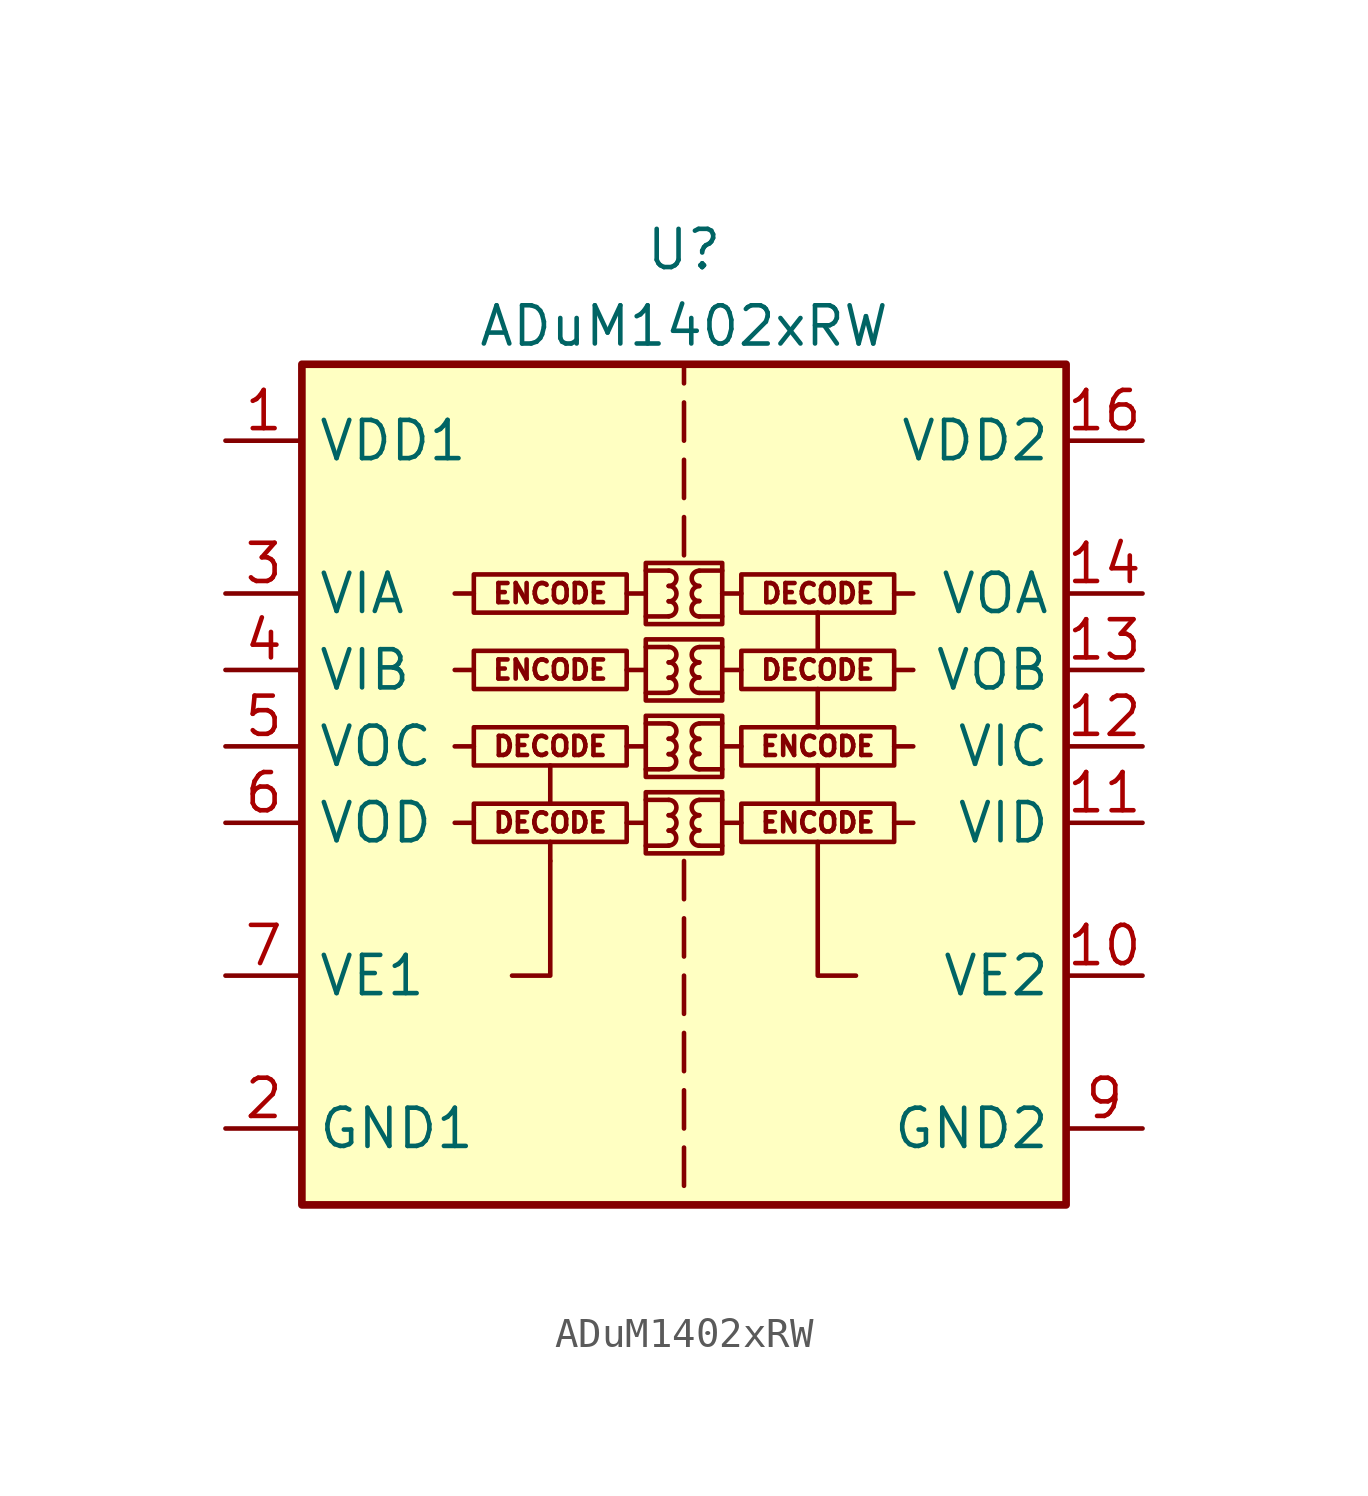
<source format=kicad_sym>
(kicad_symbol_lib
  (version 20201005)
  (generator kicad_symbol_editor)
  (symbol "ADuM1402xRW"
    (property "Reference" "U"
      (at 0 19.05 0)
      (effects (font (size 1.27 1.27))))
    (property "Value" "ADuM1402xRW"
      (at 0 16.51 0)
      (effects (font (size 1.27 1.27))))
    (symbol "ADuM1402xRW_0_0"
      (arc (start -0.508 -0.762) (end -0.508 -0.254) (radius (at -0.508 -0.508) (length 0.254) (angles -89.9 89.9)) (stroke (width 0)) (fill (type none)))
      (arc (start -0.508 -0.254) (end -0.508 0.254) (radius (at -0.508 0) (length 0.254) (angles -89.9 89.9)) (stroke (width 0)) (fill (type none)))
      (arc (start -0.508 0.254) (end -0.508 0.762) (radius (at -0.508 0.508) (length 0.254) (angles -89.9 89.9)) (stroke (width 0)) (fill (type none)))
      (arc (start -0.508 1.778) (end -0.508 2.286) (radius (at -0.508 2.032) (length 0.254) (angles -89.9 89.9)) (stroke (width 0)) (fill (type none)))
      (arc (start -0.508 2.286) (end -0.508 2.794) (radius (at -0.508 2.54) (length 0.254) (angles -89.9 89.9)) (stroke (width 0)) (fill (type none)))
      (arc (start -0.508 2.794) (end -0.508 3.302) (radius (at -0.508 3.048) (length 0.254) (angles -89.9 89.9)) (stroke (width 0)) (fill (type none)))
      (arc (start -0.508 4.318) (end -0.508 4.826) (radius (at -0.508 4.572) (length 0.254) (angles -89.9 89.9)) (stroke (width 0)) (fill (type none)))
      (arc (start -0.508 4.826) (end -0.508 5.334) (radius (at -0.508 5.08) (length 0.254) (angles -89.9 89.9)) (stroke (width 0)) (fill (type none)))
      (arc (start -0.508 5.334) (end -0.508 5.842) (radius (at -0.508 5.588) (length 0.254) (angles -89.9 89.9)) (stroke (width 0)) (fill (type none)))
      (arc (start -0.508 6.858) (end -0.508 7.366) (radius (at -0.508 7.112) (length 0.254) (angles -89.9 89.9)) (stroke (width 0)) (fill (type none)))
      (arc (start -0.508 7.366) (end -0.508 7.874) (radius (at -0.508 7.62) (length 0.254) (angles -89.9 89.9)) (stroke (width 0)) (fill (type none)))
      (arc (start -0.508 7.874) (end -0.508 8.382) (radius (at -0.508 8.128) (length 0.254) (angles -89.9 89.9)) (stroke (width 0)) (fill (type none)))
      (arc (start 0.508 -0.254) (end 0.508 -0.762) (radius (at 0.508 -0.508) (length 0.254) (angles 90.1 -90.1)) (stroke (width 0)) (fill (type none)))
      (arc (start 0.508 0.254) (end 0.508 -0.254) (radius (at 0.508 0) (length 0.254) (angles 90.1 -90.1)) (stroke (width 0)) (fill (type none)))
      (arc (start 0.508 0.762) (end 0.508 0.254) (radius (at 0.508 0.508) (length 0.254) (angles 90.1 -90.1)) (stroke (width 0)) (fill (type none)))
      (arc (start 0.508 2.286) (end 0.508 1.778) (radius (at 0.508 2.032) (length 0.254) (angles 90.1 -90.1)) (stroke (width 0)) (fill (type none)))
      (arc (start 0.508 2.794) (end 0.508 2.286) (radius (at 0.508 2.54) (length 0.254) (angles 90.1 -90.1)) (stroke (width 0)) (fill (type none)))
      (arc (start 0.508 3.302) (end 0.508 2.794) (radius (at 0.508 3.048) (length 0.254) (angles 90.1 -90.1)) (stroke (width 0)) (fill (type none)))
      (arc (start 0.508 4.826) (end 0.508 4.318) (radius (at 0.508 4.572) (length 0.254) (angles 90.1 -90.1)) (stroke (width 0)) (fill (type none)))
      (arc (start 0.508 5.334) (end 0.508 4.826) (radius (at 0.508 5.08) (length 0.254) (angles 90.1 -90.1)) (stroke (width 0)) (fill (type none)))
      (arc (start 0.508 5.842) (end 0.508 5.334) (radius (at 0.508 5.588) (length 0.254) (angles 90.1 -90.1)) (stroke (width 0)) (fill (type none)))
      (arc (start 0.508 7.366) (end 0.508 6.858) (radius (at 0.508 7.112) (length 0.254) (angles 90.1 -90.1)) (stroke (width 0)) (fill (type none)))
      (arc (start 0.508 7.874) (end 0.508 7.366) (radius (at 0.508 7.62) (length 0.254) (angles 90.1 -90.1)) (stroke (width 0)) (fill (type none)))
      (arc (start 0.508 8.382) (end 0.508 7.874) (radius (at 0.508 8.128) (length 0.254) (angles 90.1 -90.1)) (stroke (width 0)) (fill (type none)))
      (text "DECODE" (at -4.445 0 0) (effects (font (size 0.635 0.635))))
      (text "DECODE" (at -4.445 2.54 0) (effects (font (size 0.635 0.635))))
      (text "DECODE" (at 4.445 5.08 0) (effects (font (size 0.635 0.635))))
      (text "DECODE" (at 4.445 7.62 0) (effects (font (size 0.635 0.635))))
      (text "ENCODE" (at -4.445 5.08 0) (effects (font (size 0.635 0.635))))
      (text "ENCODE" (at -4.445 7.62 0) (effects (font (size 0.635 0.635))))
      (text "ENCODE" (at 4.445 0 0) (effects (font (size 0.635 0.635))))
      (text "ENCODE" (at 4.445 2.54 0) (effects (font (size 0.635 0.635))))
      (rectangle (start -1.905 0.635) (end -6.985 -0.635) (stroke (width 0)) (fill (type none)))
      (rectangle (start -1.27 1.016) (end 1.27 -1.016) (stroke (width 0)) (fill (type none)))
      (rectangle (start -1.27 3.556) (end 1.27 1.524) (stroke (width 0)) (fill (type none)))
      (rectangle (start -1.27 6.096) (end 1.27 4.064) (stroke (width 0)) (fill (type none)))
      (rectangle (start -1.27 8.636) (end 1.27 6.604) (stroke (width 0)) (fill (type none)))
      (rectangle (start 1.905 0.635) (end 6.985 -0.635) (stroke (width 0)) (fill (type none)))
      (rectangle (start 1.905 3.175) (end 6.985 1.905) (stroke (width 0)) (fill (type none)))
      (rectangle (start 1.905 5.715) (end 6.985 4.445) (stroke (width 0)) (fill (type none)))
      (rectangle (start 1.905 8.255) (end 6.985 6.985) (stroke (width 0)) (fill (type none)))
      (polyline (pts (xy -6.985 0) (xy -7.62 0)) (stroke (width 0)) (fill (type none)))
      (polyline (pts (xy -6.985 2.54) (xy -7.62 2.54)) (stroke (width 0)) (fill (type none)))
      (polyline (pts (xy -6.985 5.08) (xy -7.62 5.08)) (stroke (width 0)) (fill (type none)))
      (polyline (pts (xy -6.985 7.62) (xy -7.62 7.62)) (stroke (width 0)) (fill (type none)))
      (polyline (pts (xy -4.445 -1.27) (xy -4.445 -0.635)) (stroke (width 0)) (fill (type none)))
      (polyline (pts (xy -4.445 0.635) (xy -4.445 1.905)) (stroke (width 0)) (fill (type none)))
      (polyline (pts (xy -1.905 0) (xy -1.27 0)) (stroke (width 0)) (fill (type none)))
      (polyline (pts (xy -1.905 2.54) (xy -1.27 2.54)) (stroke (width 0)) (fill (type none)))
      (polyline (pts (xy -1.905 5.08) (xy -1.27 5.08)) (stroke (width 0)) (fill (type none)))
      (polyline (pts (xy -1.905 7.62) (xy -1.27 7.62)) (stroke (width 0)) (fill (type none)))
      (polyline (pts (xy -1.27 -0.762) (xy -0.508 -0.762)) (stroke (width 0)) (fill (type none)))
      (polyline (pts (xy -1.27 0.762) (xy -0.508 0.762)) (stroke (width 0)) (fill (type none)))
      (polyline (pts (xy -1.27 1.778) (xy -0.508 1.778)) (stroke (width 0)) (fill (type none)))
      (polyline (pts (xy -1.27 3.302) (xy -0.508 3.302)) (stroke (width 0)) (fill (type none)))
      (polyline (pts (xy -1.27 4.318) (xy -0.508 4.318)) (stroke (width 0)) (fill (type none)))
      (polyline (pts (xy -1.27 5.842) (xy -0.508 5.842)) (stroke (width 0)) (fill (type none)))
      (polyline (pts (xy -1.27 6.858) (xy -0.508 6.858)) (stroke (width 0)) (fill (type none)))
      (polyline (pts (xy -1.27 8.382) (xy -0.508 8.382)) (stroke (width 0)) (fill (type none)))
      (polyline (pts (xy 0 -10.795) (xy 0 -12.065)) (stroke (width 0)) (fill (type none)))
      (polyline (pts (xy 0 -8.89) (xy 0 -10.16)) (stroke (width 0)) (fill (type none)))
      (polyline (pts (xy 0 -6.985) (xy 0 -8.255)) (stroke (width 0)) (fill (type none)))
      (polyline (pts (xy 0 -5.08) (xy 0 -6.35)) (stroke (width 0)) (fill (type none)))
      (polyline (pts (xy 0 -3.175) (xy 0 -4.445)) (stroke (width 0)) (fill (type none)))
      (polyline (pts (xy 0 -1.27) (xy 0 -2.54)) (stroke (width 0)) (fill (type none)))
      (polyline (pts (xy 0 8.89) (xy 0 10.16)) (stroke (width 0)) (fill (type none)))
      (polyline (pts (xy 0 10.795) (xy 0 12.065)) (stroke (width 0)) (fill (type none)))
      (polyline (pts (xy 0 12.7) (xy 0 13.97)) (stroke (width 0)) (fill (type none)))
      (polyline (pts (xy 0 15.24) (xy 0 14.605)) (stroke (width 0)) (fill (type none)))
      (polyline (pts (xy 1.27 -0.762) (xy 0.508 -0.762)) (stroke (width 0)) (fill (type none)))
      (polyline (pts (xy 1.27 0.762) (xy 0.508 0.762)) (stroke (width 0)) (fill (type none)))
      (polyline (pts (xy 1.27 1.778) (xy 0.508 1.778)) (stroke (width 0)) (fill (type none)))
      (polyline (pts (xy 1.27 3.302) (xy 0.508 3.302)) (stroke (width 0)) (fill (type none)))
      (polyline (pts (xy 1.27 4.318) (xy 0.508 4.318)) (stroke (width 0)) (fill (type none)))
      (polyline (pts (xy 1.27 5.842) (xy 0.508 5.842)) (stroke (width 0)) (fill (type none)))
      (polyline (pts (xy 1.27 6.858) (xy 0.508 6.858)) (stroke (width 0)) (fill (type none)))
      (polyline (pts (xy 1.27 8.382) (xy 0.508 8.382)) (stroke (width 0)) (fill (type none)))
      (polyline (pts (xy 1.905 0) (xy 1.27 0)) (stroke (width 0)) (fill (type none)))
      (polyline (pts (xy 1.905 2.54) (xy 1.27 2.54)) (stroke (width 0)) (fill (type none)))
      (polyline (pts (xy 1.905 5.08) (xy 1.27 5.08)) (stroke (width 0)) (fill (type none)))
      (polyline (pts (xy 1.905 7.62) (xy 1.27 7.62)) (stroke (width 0)) (fill (type none)))
      (polyline (pts (xy 4.445 0.635) (xy 4.445 1.905)) (stroke (width 0)) (fill (type none)))
      (polyline (pts (xy 4.445 3.175) (xy 4.445 4.445)) (stroke (width 0)) (fill (type none)))
      (polyline (pts (xy 4.445 5.715) (xy 4.445 6.985)) (stroke (width 0)) (fill (type none)))
      (polyline (pts (xy 6.985 0) (xy 7.62 0)) (stroke (width 0)) (fill (type none)))
      (polyline (pts (xy 6.985 2.54) (xy 7.62 2.54)) (stroke (width 0)) (fill (type none)))
      (polyline (pts (xy 6.985 5.08) (xy 7.62 5.08)) (stroke (width 0)) (fill (type none)))
      (polyline (pts (xy 6.985 7.62) (xy 7.62 7.62)) (stroke (width 0)) (fill (type none)))
      (polyline (pts (xy -4.445 -1.27) (xy -4.445 -5.08) (xy -5.715 -5.08)) (stroke (width 0)) (fill (type none)))
      (polyline (pts (xy 5.715 -5.08) (xy 4.445 -5.08) (xy 4.445 -0.635)) (stroke (width 0)) (fill (type none))))
    (symbol "ADuM1402xRW_0_1"
      (rectangle (start -1.905 3.175) (end -6.985 1.905) (stroke (width 0)) (fill (type none)))
      (rectangle (start -1.905 5.715) (end -6.985 4.445) (stroke (width 0)) (fill (type none)))
      (rectangle (start -1.905 8.255) (end -6.985 6.985) (stroke (width 0)) (fill (type none)))
      (rectangle (start -12.7 15.24) (end 12.7 -12.7) (stroke (width 0.254)) (fill (type background))))
    (symbol "ADuM1402xRW_1_1"
      (pin power_in line (at -15.24 12.7 0) (length 2.54) (name "VDD1" (effects (font (size 1.27 1.27)))) (number "1" (effects (font (size 1.27 1.27)))))
      (pin input line (at 15.24 -5.08 180) (length 2.54) (name "VE2" (effects (font (size 1.27 1.27)))) (number "10" (effects (font (size 1.27 1.27)))))
      (pin input line (at 15.24 0 180) (length 2.54) (name "VID" (effects (font (size 1.27 1.27)))) (number "11" (effects (font (size 1.27 1.27)))))
      (pin input line (at 15.24 2.54 180) (length 2.54) (name "VIC" (effects (font (size 1.27 1.27)))) (number "12" (effects (font (size 1.27 1.27)))))
      (pin output line (at 15.24 5.08 180) (length 2.54) (name "VOB" (effects (font (size 1.27 1.27)))) (number "13" (effects (font (size 1.27 1.27)))))
      (pin output line (at 15.24 7.62 180) (length 2.54) (name "VOA" (effects (font (size 1.27 1.27)))) (number "14" (effects (font (size 1.27 1.27)))))
      (pin passive line (at 15.24 -10.16 180) (length 2.54) hide (name "GND2" (effects (font (size 1.27 1.27)))) (number "15" (effects (font (size 1.27 1.27)))))
      (pin power_in line (at 15.24 12.7 180) (length 2.54) (name "VDD2" (effects (font (size 1.27 1.27)))) (number "16" (effects (font (size 1.27 1.27)))))
      (pin power_in line (at -15.24 -10.16 0) (length 2.54) (name "GND1" (effects (font (size 1.27 1.27)))) (number "2" (effects (font (size 1.27 1.27)))))
      (pin input line (at -15.24 7.62 0) (length 2.54) (name "VIA" (effects (font (size 1.27 1.27)))) (number "3" (effects (font (size 1.27 1.27)))))
      (pin input line (at -15.24 5.08 0) (length 2.54) (name "VIB" (effects (font (size 1.27 1.27)))) (number "4" (effects (font (size 1.27 1.27)))))
      (pin output line (at -15.24 2.54 0) (length 2.54) (name "VOC" (effects (font (size 1.27 1.27)))) (number "5" (effects (font (size 1.27 1.27)))))
      (pin output line (at -15.24 0 0) (length 2.54) (name "VOD" (effects (font (size 1.27 1.27)))) (number "6" (effects (font (size 1.27 1.27)))))
      (pin input line (at -15.24 -5.08 0) (length 2.54) (name "VE1" (effects (font (size 1.27 1.27)))) (number "7" (effects (font (size 1.27 1.27)))))
      (pin passive line (at -15.24 -10.16 0) (length 2.54) hide (name "GND1" (effects (font (size 1.27 1.27)))) (number "8" (effects (font (size 1.27 1.27)))))
      (pin power_in line (at 15.24 -10.16 180) (length 2.54) (name "GND2" (effects (font (size 1.27 1.27)))) (number "9" (effects (font (size 1.27 1.27))))))))
</source>
